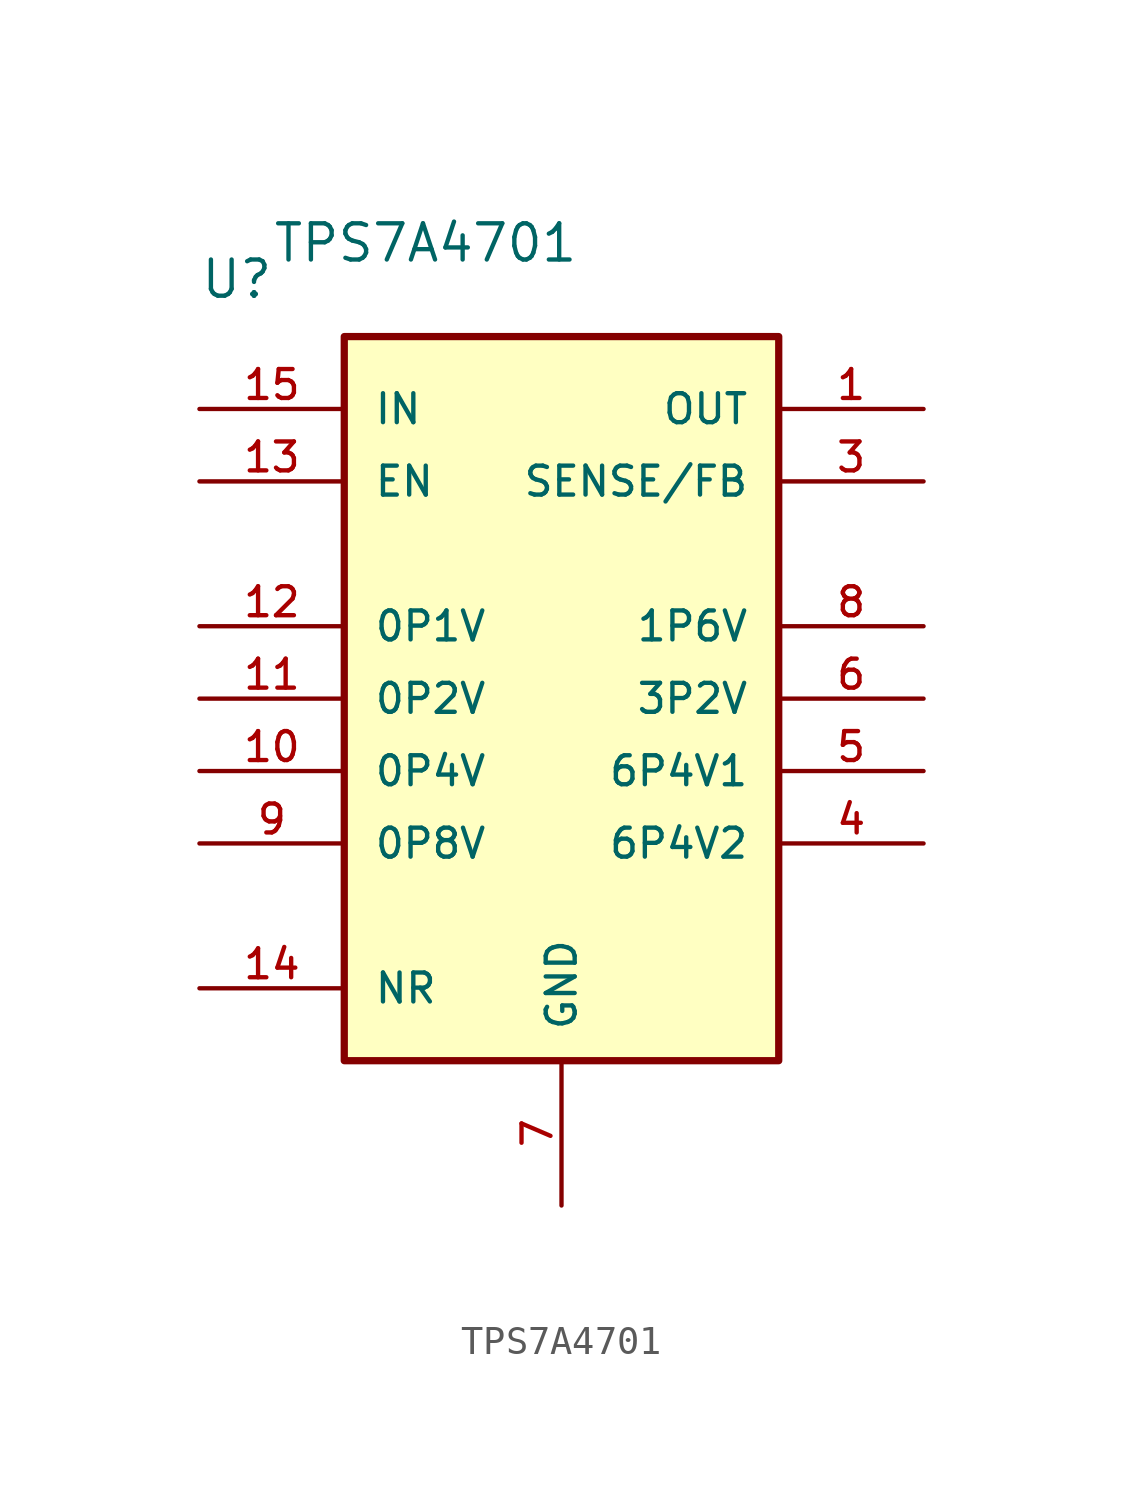
<source format=kicad_sym>
(kicad_symbol_lib
  (version 20211014)
  (generator kicad_symbol_editor)
  (symbol "TPS7A4701"
    (pin_names
      (offset 1.016))
    (property "Reference" "U"
      (at -12.7 26.67 0)
      (effects (font (size 1.27 1.27)) (justify left bottom)))
    (property "Value" "TPS7A4701"
      (at -10.16 27.94 0)
      (effects (font (size 1.27 1.27)) (justify left bottom)))
    (symbol "TPS7A4701_0_0"
      (rectangle (start -7.62 25.4) (end 7.62 0) (stroke (width 0.254) (type default) (color 0 0 0 0)) (fill (type background)))
      (pin output line (at 12.7 22.86 180) (length 5.08) (name "OUT" (effects (font (size 1.016 1.016)))) (number "1" (effects (font (size 1.016 1.016)))))
      (pin input line (at -12.7 10.16 0) (length 5.08) (name "0P4V" (effects (font (size 1.016 1.016)))) (number "10" (effects (font (size 1.016 1.016)))))
      (pin input line (at -12.7 12.7 0) (length 5.08) (name "0P2V" (effects (font (size 1.016 1.016)))) (number "11" (effects (font (size 1.016 1.016)))))
      (pin input line (at -12.7 15.24 0) (length 5.08) (name "0P1V" (effects (font (size 1.016 1.016)))) (number "12" (effects (font (size 1.016 1.016)))))
      (pin input line (at -12.7 20.32 0) (length 5.08) (name "EN" (effects (font (size 1.016 1.016)))) (number "13" (effects (font (size 1.016 1.016)))))
      (pin passive line (at -12.7 2.54 0) (length 5.08) (name "NR" (effects (font (size 1.016 1.016)))) (number "14" (effects (font (size 1.016 1.016)))))
      (pin input line (at -12.7 22.86 0) (length 5.08) (name "IN" (effects (font (size 1.016 1.016)))) (number "15" (effects (font (size 1.016 1.016)))))
      (pin input line (at -12.7 22.86 0) (length 5.08) hide (name "IN" (effects (font (size 1.016 1.016)))) (number "16" (effects (font (size 1.016 1.016)))))
      (pin power_in line (at 0 -5.08 90) (length 5.08) hide (name "GND" (effects (font (size 1.016 1.016)))) (number "17" (effects (font (size 1.016 1.016)))))
      (pin power_in line (at 0 -5.08 90) (length 5.08) hide (name "GND" (effects (font (size 1.016 1.016)))) (number "18" (effects (font (size 1.016 1.016)))))
      (pin power_in line (at 0 -5.08 90) (length 5.08) hide (name "GND" (effects (font (size 1.016 1.016)))) (number "19" (effects (font (size 1.016 1.016)))))
      (pin output line (at 0 -5.08 90) (length 5.08) hide (name "NC" (effects (font (size 1.016 1.016)))) (number "2" (effects (font (size 1.016 1.016)))))
      (pin output line (at 12.7 22.86 180) (length 5.08) hide (name "OUT" (effects (font (size 1.016 1.016)))) (number "20" (effects (font (size 1.016 1.016)))))
      (pin power_in line (at 0 -5.08 90) (length 5.08) hide (name "GND" (effects (font (size 1.016 1.016)))) (number "21" (effects (font (size 1.016 1.016)))))
      (pin input line (at 12.7 20.32 180) (length 5.08) (name "SENSE/FB" (effects (font (size 1.016 1.016)))) (number "3" (effects (font (size 1.016 1.016)))))
      (pin input line (at 12.7 7.62 180) (length 5.08) (name "6P4V2" (effects (font (size 1.016 1.016)))) (number "4" (effects (font (size 1.016 1.016)))))
      (pin input line (at 12.7 10.16 180) (length 5.08) (name "6P4V1" (effects (font (size 1.016 1.016)))) (number "5" (effects (font (size 1.016 1.016)))))
      (pin input line (at 12.7 12.7 180) (length 5.08) (name "3P2V" (effects (font (size 1.016 1.016)))) (number "6" (effects (font (size 1.016 1.016)))))
      (pin power_in line (at 0 -5.08 90) (length 5.08) (name "GND" (effects (font (size 1.016 1.016)))) (number "7" (effects (font (size 1.016 1.016)))))
      (pin input line (at 12.7 15.24 180) (length 5.08) (name "1P6V" (effects (font (size 1.016 1.016)))) (number "8" (effects (font (size 1.016 1.016)))))
      (pin input line (at -12.7 7.62 0) (length 5.08) (name "0P8V" (effects (font (size 1.016 1.016)))) (number "9" (effects (font (size 1.016 1.016))))))))
</source>
